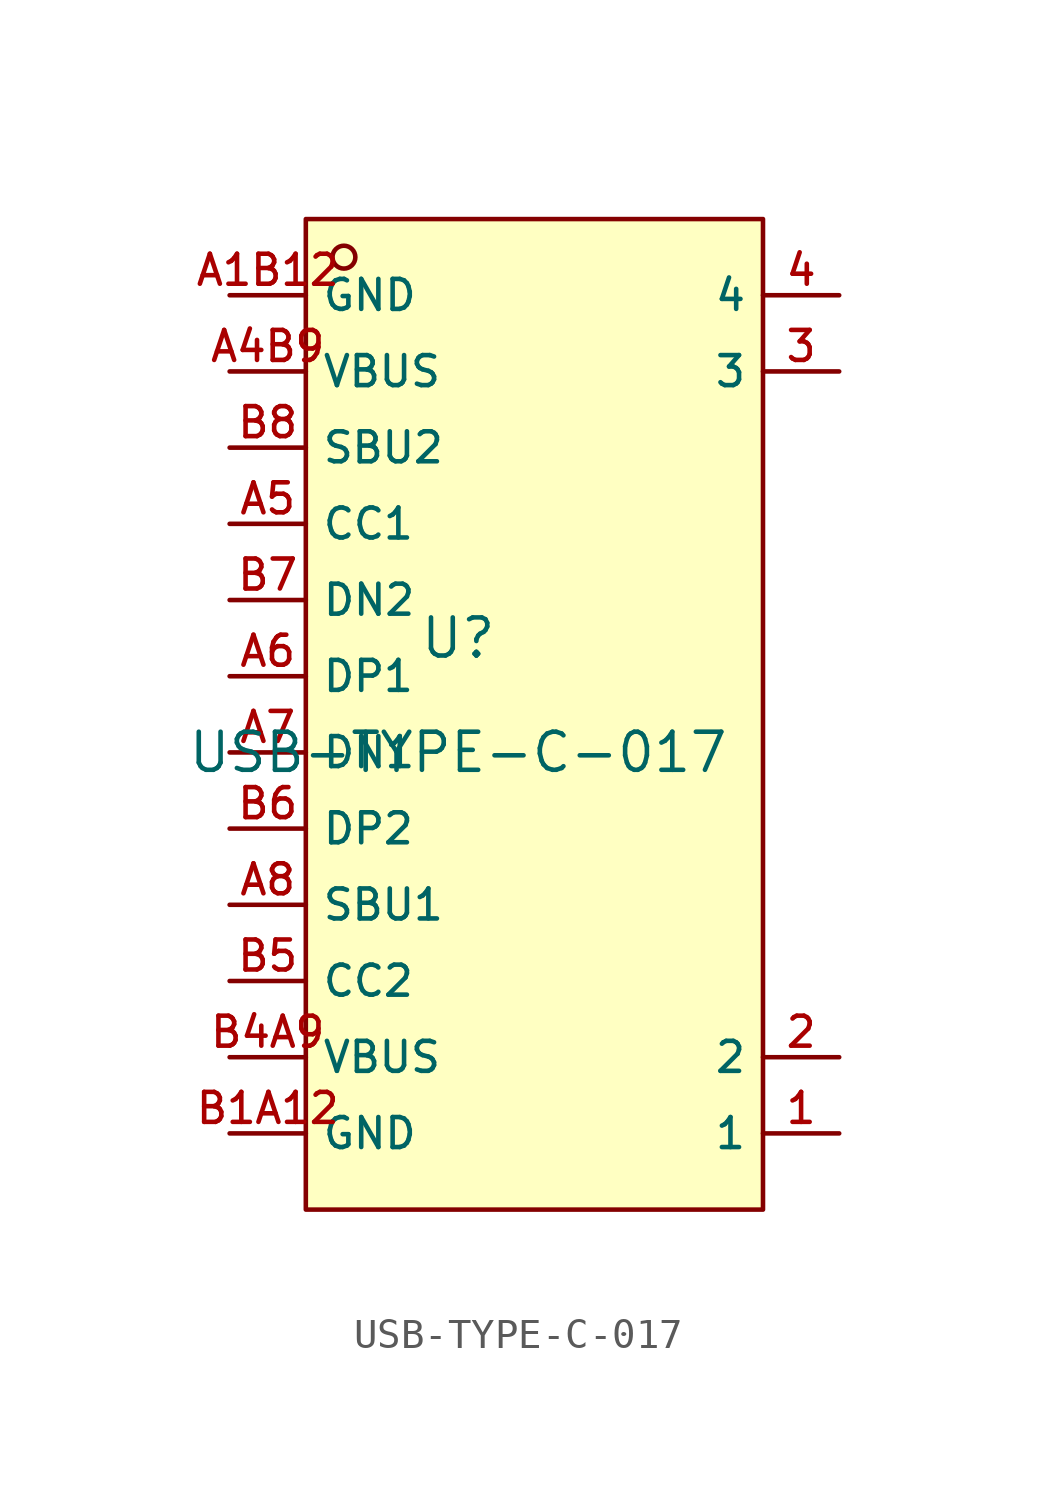
<source format=kicad_sym>
(kicad_symbol_lib
  (version 20220914)
  (generator kicad_symbol_editor)
  (symbol "USB-TYPE-C-017"
    (property "Reference" "U"
      (at 0 1.27 0)
      (effects (font (size 1.27 1.27))))
    (property "Value" "USB-TYPE-C-017"
      (at 0 -2.54 0)
      (effects (font (size 1.27 1.27))))
    (symbol "USB-TYPE-C-017_0_1"
      (rectangle (start -5.08 15.24) (end 10.16 -17.78) (stroke (width 0) (type default)) (fill (type background)))
      (circle (center -3.81 13.97) (radius 0.381) (stroke (width 0) (type default)) (fill (type background)))
      (pin unspecified line (at 12.7 -15.24 180) (length 2.54) (name "1" (effects (font (size 1 1)))) (number "1" (effects (font (size 1 1)))))
      (pin unspecified line (at 12.7 -12.7 180) (length 2.54) (name "2" (effects (font (size 1 1)))) (number "2" (effects (font (size 1 1)))))
      (pin unspecified line (at 12.7 10.16 180) (length 2.54) (name "3" (effects (font (size 1 1)))) (number "3" (effects (font (size 1 1)))))
      (pin unspecified line (at 12.7 12.7 180) (length 2.54) (name "4" (effects (font (size 1 1)))) (number "4" (effects (font (size 1 1)))))
      (pin unspecified line (at -7.62 12.7 0) (length 2.54) (name "GND" (effects (font (size 1 1)))) (number "A1B12" (effects (font (size 1 1)))))
      (pin unspecified line (at -7.62 10.16 0) (length 2.54) (name "VBUS" (effects (font (size 1 1)))) (number "A4B9" (effects (font (size 1 1)))))
      (pin unspecified line (at -7.62 5.08 0) (length 2.54) (name "CC1" (effects (font (size 1 1)))) (number "A5" (effects (font (size 1 1)))))
      (pin unspecified line (at -7.62 0 0) (length 2.54) (name "DP1" (effects (font (size 1 1)))) (number "A6" (effects (font (size 1 1)))))
      (pin unspecified line (at -7.62 -2.54 0) (length 2.54) (name "DN1" (effects (font (size 1 1)))) (number "A7" (effects (font (size 1 1)))))
      (pin unspecified line (at -7.62 -7.62 0) (length 2.54) (name "SBU1" (effects (font (size 1 1)))) (number "A8" (effects (font (size 1 1)))))
      (pin unspecified line (at -7.62 -15.24 0) (length 2.54) (name "GND" (effects (font (size 1 1)))) (number "B1A12" (effects (font (size 1 1)))))
      (pin unspecified line (at -7.62 -12.7 0) (length 2.54) (name "VBUS" (effects (font (size 1 1)))) (number "B4A9" (effects (font (size 1 1)))))
      (pin unspecified line (at -7.62 -10.16 0) (length 2.54) (name "CC2" (effects (font (size 1 1)))) (number "B5" (effects (font (size 1 1)))))
      (pin unspecified line (at -7.62 -5.08 0) (length 2.54) (name "DP2" (effects (font (size 1 1)))) (number "B6" (effects (font (size 1 1)))))
      (pin unspecified line (at -7.62 2.54 0) (length 2.54) (name "DN2" (effects (font (size 1 1)))) (number "B7" (effects (font (size 1 1)))))
      (pin unspecified line (at -7.62 7.62 0) (length 2.54) (name "SBU2" (effects (font (size 1 1)))) (number "B8" (effects (font (size 1 1))))))))
</source>
